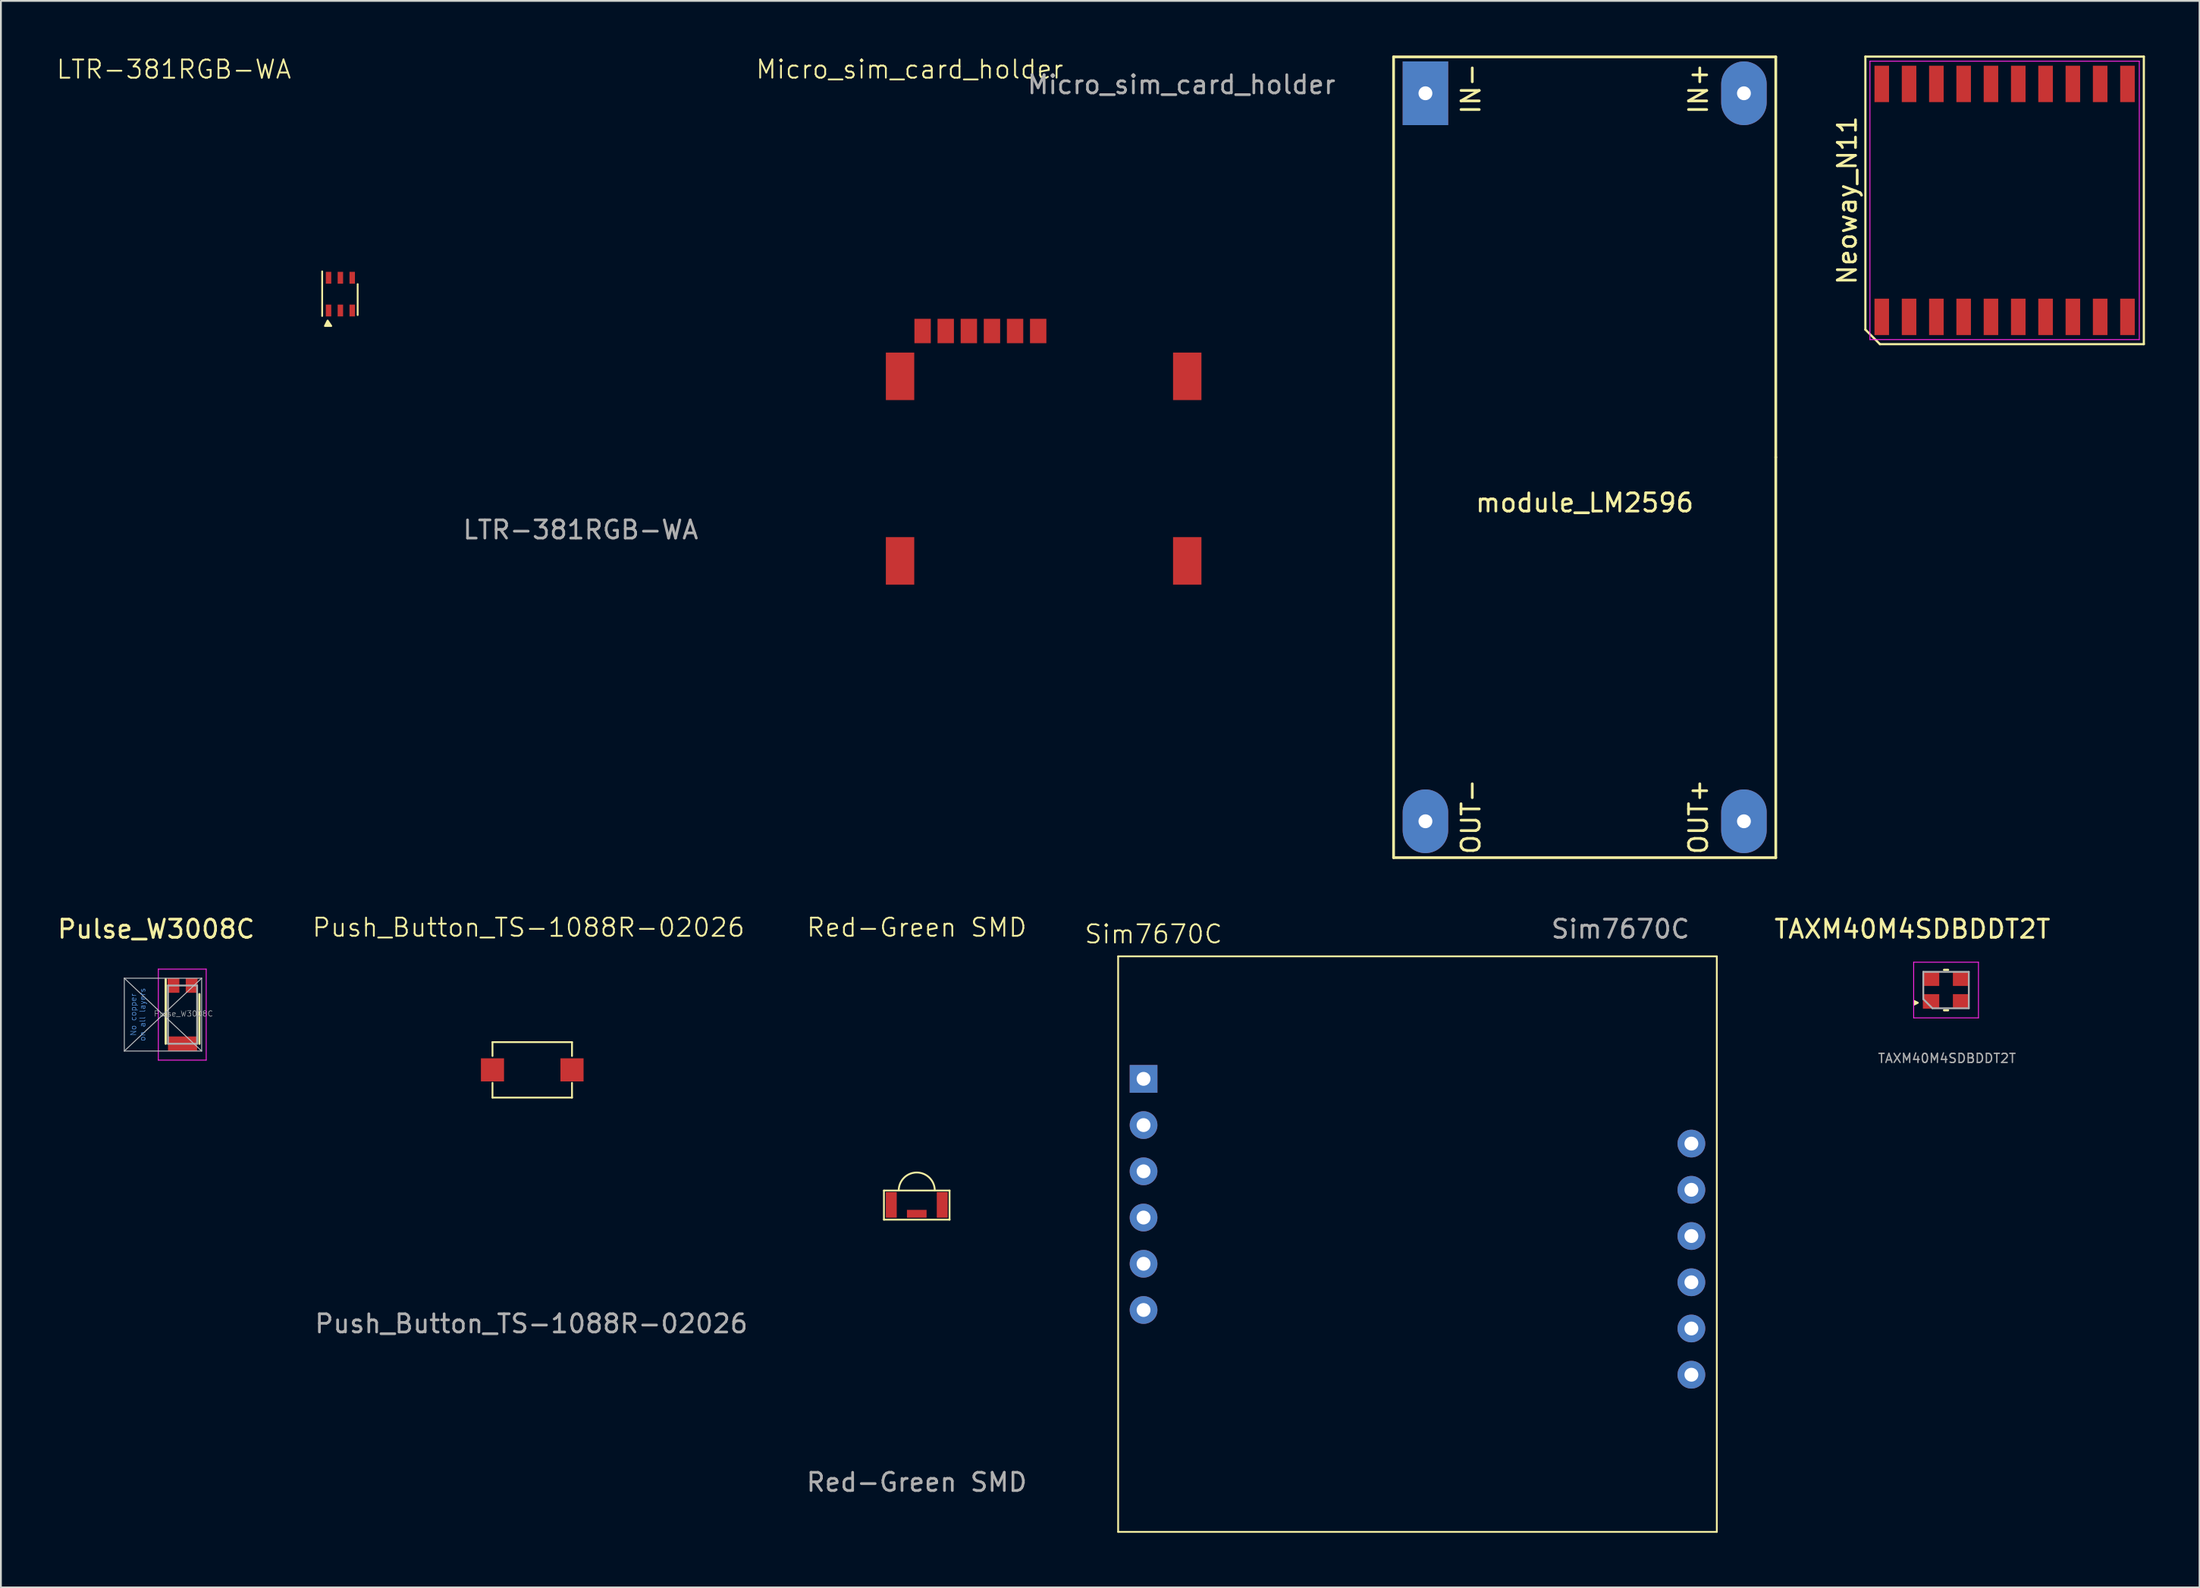
<source format=kicad_pcb>
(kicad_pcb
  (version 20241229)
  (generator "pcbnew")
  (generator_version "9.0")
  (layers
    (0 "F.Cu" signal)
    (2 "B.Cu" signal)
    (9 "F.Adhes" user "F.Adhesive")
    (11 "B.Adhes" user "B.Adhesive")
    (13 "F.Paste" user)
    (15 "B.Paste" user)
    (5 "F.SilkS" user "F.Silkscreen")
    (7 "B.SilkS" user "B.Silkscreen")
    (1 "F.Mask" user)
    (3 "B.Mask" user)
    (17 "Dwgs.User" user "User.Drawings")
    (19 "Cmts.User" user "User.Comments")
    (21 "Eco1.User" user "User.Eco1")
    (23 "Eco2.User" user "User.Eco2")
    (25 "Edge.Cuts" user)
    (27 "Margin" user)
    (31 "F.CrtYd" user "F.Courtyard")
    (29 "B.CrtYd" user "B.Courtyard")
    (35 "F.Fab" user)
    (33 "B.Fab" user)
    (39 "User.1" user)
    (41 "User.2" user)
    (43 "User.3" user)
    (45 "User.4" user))
  (footprint "Pulse_W3008C"
    (layer "F.Cu")
    (at 6.98 52.698)
    (property "Reference" "Pulse_W3008C" (at -1.45 -4.7 0) (layer "F.SilkS") (effects (font (size 1 1) (thickness 0.15))))
    (attr smd)
    (fp_line (start -0.925 1.6) (end -0.925 -1.95) (stroke (width 0.12) (type solid)) (layer "F.SilkS"))
    (fp_line (start 0.925 1.6) (end 0.925 -1.125) (stroke (width 0.12) (type solid)) (layer "F.SilkS"))
    (fp_line (start -3.2 -2) (end -3.2 2) (stroke (width 0.05) (type solid)) (layer "Dwgs.User"))
    (fp_line (start -3.2 -2) (end 1.05 2) (stroke (width 0.05) (type solid)) (layer "Dwgs.User"))
    (fp_line (start -3.2 2) (end 1.05 2) (stroke (width 0.05) (type solid)) (layer "Dwgs.User"))
    (fp_line (start 1.05 -2) (end -3.2 -2) (stroke (width 0.05) (type solid)) (layer "Dwgs.User"))
    (fp_line (start 1.05 -2) (end -3.2 2) (stroke (width 0.05) (type solid)) (layer "Dwgs.User"))
    (fp_line (start 1.05 2) (end 1.05 -2) (stroke (width 0.05) (type solid)) (layer "Dwgs.User"))
    (fp_line (start -1.33 -2.5) (end -1.33 2.5) (stroke (width 0.05) (type solid)) (layer "F.CrtYd"))
    (fp_line (start -1.33 -2.5) (end 1.3 -2.5) (stroke (width 0.05) (type solid)) (layer "F.CrtYd"))
    (fp_line (start -1.33 2.5) (end 1.3 2.5) (stroke (width 0.05) (type solid)) (layer "F.CrtYd"))
    (fp_line (start 1.3 -2.5) (end 1.3 2.5) (stroke (width 0.05) (type solid)) (layer "F.CrtYd"))
    (fp_line (start -0.8 -1.6) (end 0.8 -1.6) (stroke (width 0.1) (type solid)) (layer "F.Fab"))
    (fp_line (start -0.8 1.6) (end -0.8 -1.6) (stroke (width 0.1) (type solid)) (layer "F.Fab"))
    (fp_line (start -0.8 1.6) (end 0.8 1.6) (stroke (width 0.1) (type solid)) (layer "F.Fab"))
    (fp_line (start 0.8 1.6) (end 0.8 -1.6) (stroke (width 0.1) (type solid)) (layer "F.Fab"))
    (fp_text user "on all layers" (at -2.2 0 90) (layer "Cmts.User") (effects (font (size 0.3 0.3) (thickness 0.03))))
    (fp_text user "No copper" (at -2.7 0 90) (layer "Cmts.User") (effects (font (size 0.3 0.3) (thickness 0.03))))
    (fp_text user "${REFERENCE}" (at 0.05 -0.05 0) (layer "F.Fab") (effects (font (size 0.3 0.3) (thickness 0.03))))
    (pad "1" smd trapezoid (at 0.5 -1.6 90) (size 0.8 0.65) (layers "F.Cu" "F.Mask" "F.Paste"))
    (pad "2" smd trapezoid (at -0.5 -1.6 90) (size 0.8 0.65) (layers "F.Cu" "F.Mask" "F.Paste"))
    (pad "3" smd trapezoid (at 0 1.6 90) (size 0.8 1.6) (layers "F.Cu" "F.Mask" "F.Paste")))
  (footprint "Sim7670C"
    (layer "F.Cu")
    (at 74.833 49.497)
    (property "Reference" "Sim7670C" (at -14.503 -1.219 0) (unlocked yes) (layer "F.SilkS") (effects (font (size 1 1) (thickness 0.1))))
    (attr through_hole)
    (fp_line (start -16.447 0) (end 16.447 0) (stroke (width 0.1) (type default)) (layer "F.SilkS"))
    (fp_line (start -16.447 31.623) (end -16.447 0) (stroke (width 0.1) (type default)) (layer "F.SilkS"))
    (fp_line (start 16.447 0) (end 16.447 31.623) (stroke (width 0.1) (type default)) (layer "F.SilkS"))
    (fp_line (start 16.447 31.623) (end -16.447 31.623) (stroke (width 0.1) (type default)) (layer "F.SilkS"))
    (fp_text user "${REFERENCE}" (at 11.151 -1.499 0) (unlocked yes) (layer "F.Fab") (effects (font (size 1 1) (thickness 0.15))))
    (pad "1" thru_hole rect (at -15.05 6.731) (size 1.524 1.524) (drill 0.762) (layers "*.Cu" "*.Mask"))
    (pad "2" thru_hole circle (at -15.05 9.271) (size 1.524 1.524) (drill 0.762) (layers "*.Cu" "*.Mask"))
    (pad "3" thru_hole circle (at -15.05 11.811) (size 1.524 1.524) (drill 0.762) (layers "*.Cu" "*.Mask"))
    (pad "4" thru_hole circle (at -15.05 14.351) (size 1.524 1.524) (drill 0.762) (layers "*.Cu" "*.Mask"))
    (pad "5" thru_hole circle (at -15.05 16.891) (size 1.524 1.524) (drill 0.762) (layers "*.Cu" "*.Mask"))
    (pad "6" thru_hole circle (at -15.05 19.431) (size 1.524 1.524) (drill 0.762) (layers "*.Cu" "*.Mask"))
    (pad "7" thru_hole circle (at 15.05 22.987) (size 1.524 1.524) (drill 0.762) (layers "*.Cu" "*.Mask"))
    (pad "8" thru_hole circle (at 15.05 20.447) (size 1.524 1.524) (drill 0.762) (layers "*.Cu" "*.Mask"))
    (pad "9" thru_hole circle (at 15.05 17.907) (size 1.524 1.524) (drill 0.762) (layers "*.Cu" "*.Mask"))
    (pad "10" thru_hole circle (at 15.05 15.367) (size 1.524 1.524) (drill 0.762) (layers "*.Cu" "*.Mask"))
    (pad "11" thru_hole circle (at 15.05 12.827) (size 1.524 1.524) (drill 0.762) (layers "*.Cu" "*.Mask"))
    (pad "12" thru_hole circle (at 15.05 10.287) (size 1.524 1.524) (drill 0.762) (layers "*.Cu" "*.Mask")))
  (footprint "LTR-381RGB-WA"
    (layer "F.Cu")
    (at 15.652 13.111)
    (property "Reference" "LTR-381RGB-WA" (at -9.15 -12.35 0) (unlocked yes) (layer "F.SilkS") (effects (font (size 1 1) (thickness 0.1))))
    (attr smd)
    (fp_line (start -1 -1.25) (end -1 1.2) (stroke (width 0.1) (type default)) (layer "F.SilkS"))
    (fp_line (start 0.95 1.15) (end 0.95 -0.55) (stroke (width 0.1) (type default)) (layer "F.SilkS"))
    (fp_poly (pts (xy -0.7 1.45) (xy -0.85 1.75) (xy -0.5 1.75)) (stroke (width 0.1) (type solid)) (fill yes) (layer "F.SilkS"))
    (fp_text user "${REFERENCE}" (at 13.2 12.95 0) (unlocked yes) (layer "F.Fab") (effects (font (size 1 1) (thickness 0.15))))
    (pad "1" smd rect (at -0.65 0.9) (size 0.3 0.65) (layers "F.Cu" "F.Mask" "F.Paste"))
    (pad "2" smd rect (at 0 0.9) (size 0.3 0.65) (layers "F.Cu" "F.Mask" "F.Paste"))
    (pad "3" smd rect (at 0.65 0.9) (size 0.3 0.65) (layers "F.Cu" "F.Mask" "F.Paste"))
    (pad "4" smd rect (at 0.65 -0.9) (size 0.3 0.65) (layers "F.Cu" "F.Mask" "F.Paste"))
    (pad "5" smd rect (at 0 -0.9) (size 0.3 0.65) (layers "F.Cu" "F.Mask" "F.Paste"))
    (pad "6" smd rect (at -0.65 -0.9) (size 0.3 0.65) (layers "F.Cu" "F.Mask" "F.Paste")))
  (footprint "module_LM2596"
    (layer "F.Cu")
    (at 84.02 22.075)
    (property "Reference" "module_LM2596" (at 0 2.5 180) (layer "F.SilkS") (effects (font (size 1 1) (thickness 0.15))))
    (attr through_hole)
    (fp_line (start -10.5 -22) (end -10.5 22) (stroke (width 0.15) (type solid)) (layer "F.SilkS"))
    (fp_line (start -10.5 22) (end 10.5 22) (stroke (width 0.15) (type solid)) (layer "F.SilkS"))
    (fp_line (start 10.5 -22) (end -10.5 -22) (stroke (width 0.15) (type solid)) (layer "F.SilkS"))
    (fp_line (start 10.5 0) (end 10.5 -22) (stroke (width 0.15) (type solid)) (layer "F.SilkS"))
    (fp_line (start 10.5 22) (end 10.5 0) (stroke (width 0.15) (type solid)) (layer "F.SilkS"))
    (fp_text user "IN-" (at -6.25 -20.25 270) (layer "F.SilkS") (effects (font (size 1 1) (thickness 0.15))))
    (fp_text user "OUT-" (at -6.25 19.75 270) (layer "F.SilkS") (effects (font (size 1 1) (thickness 0.15))))
    (fp_text user "IN+" (at 6.25 -20.25 270) (layer "F.SilkS") (effects (font (size 1 1) (thickness 0.15))))
    (fp_text user "OUT+" (at 6.25 19.75 270) (layer "F.SilkS") (effects (font (size 1 1) (thickness 0.15))))
    (pad "1" thru_hole oval (at 8.75 -20) (size 2.5 3.5) (drill 0.762) (layers "*.Cu" "*.Mask"))
    (pad "2" thru_hole rect (at -8.75 -20) (size 2.5 3.5) (drill 0.762) (layers "*.Cu" "*.Mask"))
    (pad "3" thru_hole oval (at -8.75 20) (size 2.5 3.5) (drill 0.762) (layers "*.Cu" "*.Mask"))
    (pad "4" thru_hole oval (at 8.75 20) (size 2.5 3.5) (drill 0.762) (layers "*.Cu" "*.Mask")))
  (footprint "Micro_sim_card_holder"
    (layer "F.Cu")
    (at 47.643 15.137)
    (property "Reference" "Micro_sim_card_holder" (at -0.711 -14.376 0) (unlocked yes) (layer "F.SilkS") (effects (font (size 1 1) (thickness 0.1))))
    (attr smd)
    (fp_text user "${REFERENCE}" (at 14.224 -13.537 0) (unlocked yes) (layer "F.Fab") (effects (font (size 1 1) (thickness 0.15))))
    (pad "0" smd rect (at -1.24 2.49) (size 1.56 2.61) (layers "F.Cu" "F.Mask" "F.Paste"))
    (pad "0" smd rect (at -1.24 12.63) (size 1.56 2.61) (layers "F.Cu" "F.Mask" "F.Paste"))
    (pad "0" smd rect (at 14.54 2.49) (size 1.56 2.61) (layers "F.Cu" "F.Mask" "F.Paste"))
    (pad "0" smd rect (at 14.54 12.63) (size 1.56 2.61) (layers "F.Cu" "F.Mask" "F.Paste"))
    (pad "1" smd rect (at 1.27 0) (size 0.9 1.34) (layers "F.Cu" "F.Mask" "F.Paste"))
    (pad "2" smd rect (at 3.81 0) (size 0.9 1.34) (layers "F.Cu" "F.Mask" "F.Paste"))
    (pad "3" smd rect (at 6.35 0) (size 0.9 1.34) (layers "F.Cu" "F.Mask" "F.Paste"))
    (pad "5" smd rect (at 0 0) (size 0.9 1.34) (layers "F.Cu" "F.Mask" "F.Paste"))
    (pad "6" smd rect (at 2.54 0) (size 0.9 1.34) (layers "F.Cu" "F.Mask" "F.Paste"))
    (pad "7" smd rect (at 5.08 0) (size 0.9 1.34) (layers "F.Cu" "F.Mask" "F.Paste")))
  (footprint "Neoway_N11"
    (layer "F.Cu")
    (at 107.093 7.96)
    (property "Reference" "Neoway_N11" (at -8.65 0 90) (layer "F.SilkS") (effects (font (size 1 1) (thickness 0.15))))
    (attr through_hole)
    (fp_line (start -7.65 -7.9) (end 7.65 -7.9) (stroke (width 0.12) (type default)) (layer "F.SilkS"))
    (fp_line (start -7.65 7.1) (end -7.65 -7.9) (stroke (width 0.12) (type default)) (layer "F.SilkS"))
    (fp_line (start -6.85 7.9) (end -7.65 7.1) (stroke (width 0.12) (type default)) (layer "F.SilkS"))
    (fp_line (start 7.65 -7.9) (end 7.65 7.9) (stroke (width 0.12) (type default)) (layer "F.SilkS"))
    (fp_line (start 7.65 7.9) (end -6.85 7.9) (stroke (width 0.12) (type default)) (layer "F.SilkS"))
    (fp_line (start -7.4 -7.65) (end 7.4 -7.65) (stroke (width 0.05) (type default)) (layer "F.CrtYd"))
    (fp_line (start -7.4 7.65) (end -7.4 -7.65) (stroke (width 0.05) (type default)) (layer "F.CrtYd"))
    (fp_line (start 7.4 -7.65) (end 7.4 7.65) (stroke (width 0.05) (type default)) (layer "F.CrtYd"))
    (fp_line (start 7.4 7.65) (end -7.4 7.65) (stroke (width 0.05) (type default)) (layer "F.CrtYd"))
    (pad "1" smd rect (at -6.75 6.4) (size 0.8 2) (layers "F.Cu" "F.Mask" "F.Paste"))
    (pad "2" smd rect (at -5.25 6.4) (size 0.8 2) (layers "F.Cu" "F.Mask" "F.Paste"))
    (pad "3" smd rect (at -3.75 6.4) (size 0.8 2) (layers "F.Cu" "F.Mask" "F.Paste"))
    (pad "4" smd rect (at -2.25 6.4) (size 0.8 2) (layers "F.Cu" "F.Mask" "F.Paste"))
    (pad "5" smd rect (at -0.75 6.4) (size 0.8 2) (layers "F.Cu" "F.Mask" "F.Paste"))
    (pad "6" smd rect (at 0.75 6.4) (size 0.8 2) (layers "F.Cu" "F.Mask" "F.Paste"))
    (pad "7" smd rect (at 2.25 6.4) (size 0.8 2) (layers "F.Cu" "F.Mask" "F.Paste"))
    (pad "8" smd rect (at 3.75 6.4) (size 0.8 2) (layers "F.Cu" "F.Mask" "F.Paste"))
    (pad "9" smd rect (at 5.25 6.4) (size 0.8 2) (layers "F.Cu" "F.Mask" "F.Paste"))
    (pad "10" smd rect (at 6.75 6.4) (size 0.8 2) (layers "F.Cu" "F.Mask" "F.Paste"))
    (pad "11" smd rect (at 6.75 -6.4) (size 0.8 2) (layers "F.Cu" "F.Mask" "F.Paste"))
    (pad "12" smd rect (at 5.25 -6.4) (size 0.8 2) (layers "F.Cu" "F.Mask" "F.Paste"))
    (pad "13" smd rect (at 3.75 -6.4) (size 0.8 2) (layers "F.Cu" "F.Mask" "F.Paste"))
    (pad "14" smd rect (at 2.25 -6.4) (size 0.8 2) (layers "F.Cu" "F.Mask" "F.Paste"))
    (pad "15" smd rect (at 0.75 -6.4) (size 0.8 2) (layers "F.Cu" "F.Mask" "F.Paste"))
    (pad "16" smd rect (at -0.75 -6.4) (size 0.8 2) (layers "F.Cu" "F.Mask" "F.Paste"))
    (pad "17" smd rect (at -2.25 -6.4) (size 0.8 2) (layers "F.Cu" "F.Mask" "F.Paste"))
    (pad "18" smd rect (at -3.75 -6.4) (size 0.8 2) (layers "F.Cu" "F.Mask" "F.Paste"))
    (pad "19" smd rect (at -5.25 -6.4) (size 0.8 2) (layers "F.Cu" "F.Mask" "F.Paste"))
    (pad "20" smd rect (at -6.75 -6.4) (size 0.8 2) (layers "F.Cu" "F.Mask" "F.Paste")))
  (footprint "Push_Button_TS-1088R-02026"
    (layer "F.Cu")
    (at 26.194 55.734)
    (property "Reference" "Push_Button_TS-1088R-02026" (at -0.203 -7.823 0) (unlocked yes) (layer "F.SilkS") (effects (font (size 1 1) (thickness 0.1))))
    (attr smd)
    (fp_line (start -2.185 -1.524) (end 2.185 -1.524) (stroke (width 0.1) (type default)) (layer "F.SilkS"))
    (fp_line (start -2.185 1.524) (end -2.184 0.711) (stroke (width 0.1) (type default)) (layer "F.SilkS"))
    (fp_line (start -2.184 -0.762) (end -2.185 -1.524) (stroke (width 0.1) (type default)) (layer "F.SilkS"))
    (fp_line (start 2.184 0.711) (end 2.185 1.524) (stroke (width 0.1) (type default)) (layer "F.SilkS"))
    (fp_line (start 2.185 -1.524) (end 2.184 -0.762) (stroke (width 0.1) (type default)) (layer "F.SilkS"))
    (fp_line (start 2.185 1.524) (end -2.185 1.524) (stroke (width 0.1) (type default)) (layer "F.SilkS"))
    (fp_text user "${REFERENCE}" (at -0.051 13.946 0) (unlocked yes) (layer "F.Fab") (effects (font (size 1 1) (thickness 0.15))))
    (pad "1" smd rect (at -2.185 0) (size 1.27 1.27) (layers "F.Cu" "F.Mask" "F.Paste"))
    (pad "2" smd rect (at 2.185 0) (size 1.27 1.27) (layers "F.Cu" "F.Mask" "F.Paste")))
  (footprint "TAXM40M4SDBDDT2T"
    (layer "F.Cu")
    (at 103.826 51.298)
    (property "Reference" "TAXM40M4SDBDDT2T" (at -1.8 -3.3 180) (layer "F.SilkS") (effects (font (size 1 1) (thickness 0.15))))
    (attr smd)
    (fp_line (start -0.06 -1.06) (end 0.16 -1.06) (stroke (width 0.12) (type solid)) (layer "F.SilkS"))
    (fp_line (start -0.06 1.16) (end 0.16 1.16) (stroke (width 0.12) (type solid)) (layer "F.SilkS"))
    (fp_poly (pts (xy -1.5 0.75) (xy -1.7 0.65) (xy -1.7 0.85)) (stroke (width 0.1) (type solid)) (fill yes) (layer "F.SilkS"))
    (fp_line (start -1.73 -1.48) (end -1.73 1.58) (stroke (width 0.05) (type solid)) (layer "F.CrtYd"))
    (fp_line (start -1.73 -1.48) (end 1.83 -1.48) (stroke (width 0.05) (type solid)) (layer "F.CrtYd"))
    (fp_line (start -1.73 1.58) (end 1.83 1.58) (stroke (width 0.05) (type solid)) (layer "F.CrtYd"))
    (fp_line (start 1.83 1.58) (end 1.83 -1.48) (stroke (width 0.05) (type solid)) (layer "F.CrtYd"))
    (fp_line (start -1.2 -0.95) (end 1.3 -0.95) (stroke (width 0.1) (type solid)) (layer "F.Fab"))
    (fp_line (start -1.2 0.55) (end -1.2 -0.95) (stroke (width 0.1) (type solid)) (layer "F.Fab"))
    (fp_line (start -1.2 0.55) (end -0.7 1.05) (stroke (width 0.1) (type solid)) (layer "F.Fab"))
    (fp_line (start -0.7 1.05) (end 1.3 1.05) (stroke (width 0.1) (type solid)) (layer "F.Fab"))
    (fp_line (start 1.3 1.05) (end 1.3 -0.95) (stroke (width 0.1) (type solid)) (layer "F.Fab"))
    (fp_text user "${REFERENCE}" (at 0.1 3.8 180) (layer "F.Fab") (effects (font (size 0.5 0.5) (thickness 0.075))))
    (pad "1" smd rect (at -0.775 0.675 90) (size 0.8 0.9) (layers "F.Cu" "F.Mask" "F.Paste"))
    (pad "2" smd rect (at 0.875 0.675 90) (size 0.8 0.9) (layers "F.Cu" "F.Mask" "F.Paste"))
    (pad "3" smd rect (at 0.875 -0.575 90) (size 0.8 0.9) (layers "F.Cu" "F.Mask" "F.Paste"))
    (pad "4" smd rect (at -0.775 -0.575 90) (size 0.8 0.9) (layers "F.Cu" "F.Mask" "F.Paste")))
  (footprint "Red-Green SMD"
    (layer "F.Cu")
    (at 47.321 63.151)
    (property "Reference" "Red-Green SMD" (at 0 -15.24 0) (unlocked yes) (layer "F.SilkS") (effects (font (size 1 1) (thickness 0.1))))
    (attr smd)
    (fp_line (start -1.803 -0.787) (end -0.991 -0.787) (stroke (width 0.1) (type default)) (layer "F.SilkS"))
    (fp_line (start -1.803 0.813) (end -1.803 -0.787) (stroke (width 0.1) (type default)) (layer "F.SilkS"))
    (fp_line (start -0.991 -0.787) (end 0.991 -0.787) (stroke (width 0.1) (type default)) (layer "F.SilkS"))
    (fp_line (start 0.991 -0.787) (end 1.803 -0.787) (stroke (width 0.1) (type default)) (layer "F.SilkS"))
    (fp_line (start 1.803 -0.787) (end 1.803 0.813) (stroke (width 0.1) (type default)) (layer "F.SilkS"))
    (fp_line (start 1.803 0.813) (end -1.803 0.813) (stroke (width 0.1) (type default)) (layer "F.SilkS"))
    (fp_arc (start -0.9906 -0.7874) (mid 0 -1.778) (end 0.9906 -0.7874) (stroke (width 0.1) (type default)) (layer "F.SilkS"))
    (fp_text user "${REFERENCE}" (at 0 15.24 0) (unlocked yes) (layer "F.Fab") (effects (font (size 1 1) (thickness 0.15))))
    (pad "1" smd rect (at 0 0.49) (size 1.08 0.43) (layers "F.Cu" "F.Mask" "F.Paste"))
    (pad "2" smd rect (at 1.4 0) (size 0.6 1.41) (layers "F.Cu" "F.Mask" "F.Paste"))
    (pad "3" smd rect (at -1.4 0) (size 0.6 1.41) (layers "F.Cu" "F.Mask" "F.Paste")))
  (gr_rect
    (start -3 -3)
    (end 117.803 84.17)
    (stroke (width 0.1) (type default))
    (fill no)
    (layer "Edge.Cuts")))
</source>
